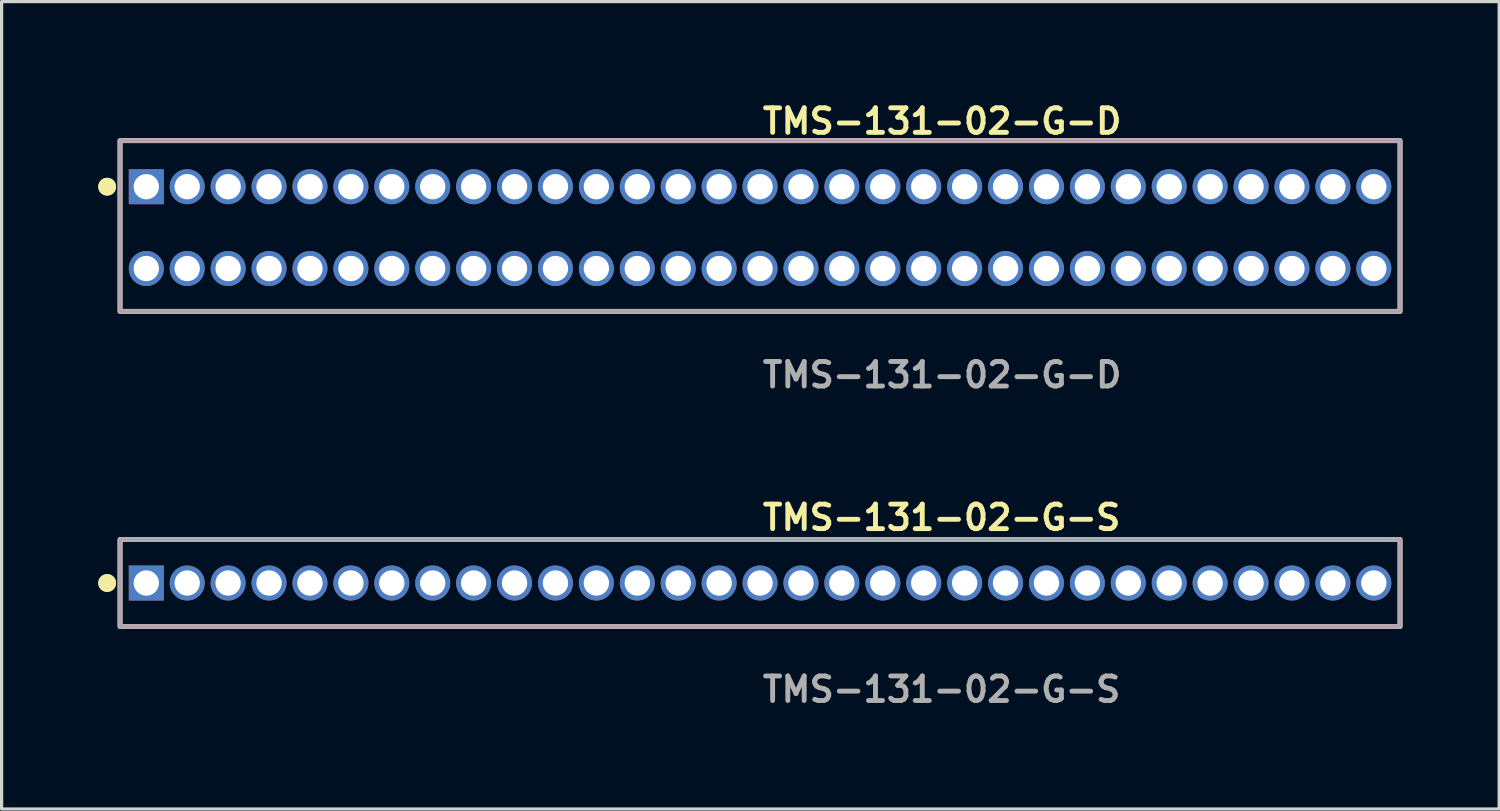
<source format=kicad_pcb>
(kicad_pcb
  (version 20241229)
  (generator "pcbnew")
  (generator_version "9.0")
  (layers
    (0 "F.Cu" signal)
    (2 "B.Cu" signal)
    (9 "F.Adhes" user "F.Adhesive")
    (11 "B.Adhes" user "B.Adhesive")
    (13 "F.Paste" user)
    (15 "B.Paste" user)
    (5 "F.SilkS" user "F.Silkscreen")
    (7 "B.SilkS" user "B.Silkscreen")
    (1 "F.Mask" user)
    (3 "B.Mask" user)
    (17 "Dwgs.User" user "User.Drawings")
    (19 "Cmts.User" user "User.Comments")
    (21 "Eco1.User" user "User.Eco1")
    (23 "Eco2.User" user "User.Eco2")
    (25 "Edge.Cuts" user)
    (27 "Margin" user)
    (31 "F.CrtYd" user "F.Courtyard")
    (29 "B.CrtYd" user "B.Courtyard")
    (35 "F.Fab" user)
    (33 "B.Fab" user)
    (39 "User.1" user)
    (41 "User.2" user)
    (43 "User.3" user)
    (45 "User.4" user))
  (footprint "TMS-131-02-G-S"
    (layer "F.Cu")
    (at 20.541 15.046)
    (property "Reference" "TMS-131-02-G-S" (at 0 -2.032 0) (unlocked yes) (layer "F.SilkS") (effects (font (size 0.762 0.762) (thickness 0.152)) (justify left)))
    (fp_rect (start -19.865 1.35) (end 19.865 -1.35) (stroke (width 0.152) (type solid)) (fill no) (layer "F.SilkS"))
    (fp_circle (center -20.265 0) (end -20.465 0) (stroke (width 0.152) (type solid)) (fill yes) (layer "F.SilkS"))
    (fp_circle (center -20.265 0) (end -20.465 0) (stroke (width 0.152) (type solid)) (fill yes) (layer "F.SilkS"))
    (fp_rect (start -19.865 1.35) (end 19.865 -1.35) (stroke (width 0.006) (type solid)) (fill no) (layer "F.CrtYd"))
    (fp_rect (start -19.865 1.35) (end 19.865 -1.35) (stroke (width 0.152) (type solid)) (fill no) (layer "F.Fab"))
    (fp_text user "${REFERENCE}" (at 0 3.302 0) (unlocked yes) (layer "F.Fab") (effects (font (size 0.762 0.762) (thickness 0.152)) (justify left)))
    (pad "1" thru_hole rect (at -19.05 0) (size 1.087 1.087) (drill 0.787) (layers "*.Cu" "*.Mask"))
    (pad "2" thru_hole circle (at -17.78 0) (size 1.087 1.087) (drill 0.787) (layers "*.Cu" "*.Mask"))
    (pad "3" thru_hole circle (at -16.51 0) (size 1.087 1.087) (drill 0.787) (layers "*.Cu" "*.Mask"))
    (pad "4" thru_hole circle (at -15.24 0) (size 1.087 1.087) (drill 0.787) (layers "*.Cu" "*.Mask"))
    (pad "5" thru_hole circle (at -13.97 0) (size 1.087 1.087) (drill 0.787) (layers "*.Cu" "*.Mask"))
    (pad "6" thru_hole circle (at -12.7 0) (size 1.087 1.087) (drill 0.787) (layers "*.Cu" "*.Mask"))
    (pad "7" thru_hole circle (at -11.43 0) (size 1.087 1.087) (drill 0.787) (layers "*.Cu" "*.Mask"))
    (pad "8" thru_hole circle (at -10.16 0) (size 1.087 1.087) (drill 0.787) (layers "*.Cu" "*.Mask"))
    (pad "9" thru_hole circle (at -8.89 0) (size 1.087 1.087) (drill 0.787) (layers "*.Cu" "*.Mask"))
    (pad "10" thru_hole circle (at -7.62 0) (size 1.087 1.087) (drill 0.787) (layers "*.Cu" "*.Mask"))
    (pad "11" thru_hole circle (at -6.35 0) (size 1.087 1.087) (drill 0.787) (layers "*.Cu" "*.Mask"))
    (pad "12" thru_hole circle (at -5.08 0) (size 1.087 1.087) (drill 0.787) (layers "*.Cu" "*.Mask"))
    (pad "13" thru_hole circle (at -3.81 0) (size 1.087 1.087) (drill 0.787) (layers "*.Cu" "*.Mask"))
    (pad "14" thru_hole circle (at -2.54 0) (size 1.087 1.087) (drill 0.787) (layers "*.Cu" "*.Mask"))
    (pad "15" thru_hole circle (at -1.27 0) (size 1.087 1.087) (drill 0.787) (layers "*.Cu" "*.Mask"))
    (pad "16" thru_hole circle (at 0 0) (size 1.087 1.087) (drill 0.787) (layers "*.Cu" "*.Mask"))
    (pad "17" thru_hole circle (at 1.27 0) (size 1.087 1.087) (drill 0.787) (layers "*.Cu" "*.Mask"))
    (pad "18" thru_hole circle (at 2.54 0) (size 1.087 1.087) (drill 0.787) (layers "*.Cu" "*.Mask"))
    (pad "19" thru_hole circle (at 3.81 0) (size 1.087 1.087) (drill 0.787) (layers "*.Cu" "*.Mask"))
    (pad "20" thru_hole circle (at 5.08 0) (size 1.087 1.087) (drill 0.787) (layers "*.Cu" "*.Mask"))
    (pad "21" thru_hole circle (at 6.35 0) (size 1.087 1.087) (drill 0.787) (layers "*.Cu" "*.Mask"))
    (pad "22" thru_hole circle (at 7.62 0) (size 1.087 1.087) (drill 0.787) (layers "*.Cu" "*.Mask"))
    (pad "23" thru_hole circle (at 8.89 0) (size 1.087 1.087) (drill 0.787) (layers "*.Cu" "*.Mask"))
    (pad "24" thru_hole circle (at 10.16 0) (size 1.087 1.087) (drill 0.787) (layers "*.Cu" "*.Mask"))
    (pad "25" thru_hole circle (at 11.43 0) (size 1.087 1.087) (drill 0.787) (layers "*.Cu" "*.Mask"))
    (pad "26" thru_hole circle (at 12.7 0) (size 1.087 1.087) (drill 0.787) (layers "*.Cu" "*.Mask"))
    (pad "27" thru_hole circle (at 13.97 0) (size 1.087 1.087) (drill 0.787) (layers "*.Cu" "*.Mask"))
    (pad "28" thru_hole circle (at 15.24 0) (size 1.087 1.087) (drill 0.787) (layers "*.Cu" "*.Mask"))
    (pad "29" thru_hole circle (at 16.51 0) (size 1.087 1.087) (drill 0.787) (layers "*.Cu" "*.Mask"))
    (pad "30" thru_hole circle (at 17.78 0) (size 1.087 1.087) (drill 0.787) (layers "*.Cu" "*.Mask"))
    (pad "31" thru_hole circle (at 19.05 0) (size 1.087 1.087) (drill 0.787) (layers "*.Cu" "*.Mask")))
  (footprint "TMS-131-02-G-D"
    (layer "F.Cu")
    (at 20.541 4.015)
    (property "Reference" "TMS-131-02-G-D" (at 0 -3.302 0) (unlocked yes) (layer "F.SilkS") (effects (font (size 0.762 0.762) (thickness 0.152)) (justify left)))
    (fp_rect (start -19.865 2.6) (end 19.865 -2.7) (stroke (width 0.152) (type solid)) (fill no) (layer "F.SilkS"))
    (fp_circle (center -20.265 -1.27) (end -20.465 -1.27) (stroke (width 0.152) (type solid)) (fill yes) (layer "F.SilkS"))
    (fp_circle (center -20.265 -1.27) (end -20.465 -1.27) (stroke (width 0.152) (type solid)) (fill yes) (layer "F.SilkS"))
    (fp_rect (start -19.865 2.6) (end 19.865 -2.7) (stroke (width 0.006) (type solid)) (fill no) (layer "F.CrtYd"))
    (fp_rect (start -19.865 2.6) (end 19.865 -2.7) (stroke (width 0.152) (type solid)) (fill no) (layer "F.Fab"))
    (fp_text user "${REFERENCE}" (at 0 4.572 0) (unlocked yes) (layer "F.Fab") (effects (font (size 0.762 0.762) (thickness 0.152)) (justify left)))
    (pad "1" thru_hole rect (at -19.05 -1.27) (size 1.087 1.087) (drill 0.787) (layers "*.Cu" "*.Mask"))
    (pad "2" thru_hole circle (at -19.05 1.27) (size 1.087 1.087) (drill 0.787) (layers "*.Cu" "*.Mask"))
    (pad "3" thru_hole circle (at -17.78 -1.27) (size 1.087 1.087) (drill 0.787) (layers "*.Cu" "*.Mask"))
    (pad "4" thru_hole circle (at -17.78 1.27) (size 1.087 1.087) (drill 0.787) (layers "*.Cu" "*.Mask"))
    (pad "5" thru_hole circle (at -16.51 -1.27) (size 1.087 1.087) (drill 0.787) (layers "*.Cu" "*.Mask"))
    (pad "6" thru_hole circle (at -16.51 1.27) (size 1.087 1.087) (drill 0.787) (layers "*.Cu" "*.Mask"))
    (pad "7" thru_hole circle (at -15.24 -1.27) (size 1.087 1.087) (drill 0.787) (layers "*.Cu" "*.Mask"))
    (pad "8" thru_hole circle (at -15.24 1.27) (size 1.087 1.087) (drill 0.787) (layers "*.Cu" "*.Mask"))
    (pad "9" thru_hole circle (at -13.97 -1.27) (size 1.087 1.087) (drill 0.787) (layers "*.Cu" "*.Mask"))
    (pad "10" thru_hole circle (at -13.97 1.27) (size 1.087 1.087) (drill 0.787) (layers "*.Cu" "*.Mask"))
    (pad "11" thru_hole circle (at -12.7 -1.27) (size 1.087 1.087) (drill 0.787) (layers "*.Cu" "*.Mask"))
    (pad "12" thru_hole circle (at -12.7 1.27) (size 1.087 1.087) (drill 0.787) (layers "*.Cu" "*.Mask"))
    (pad "13" thru_hole circle (at -11.43 -1.27) (size 1.087 1.087) (drill 0.787) (layers "*.Cu" "*.Mask"))
    (pad "14" thru_hole circle (at -11.43 1.27) (size 1.087 1.087) (drill 0.787) (layers "*.Cu" "*.Mask"))
    (pad "15" thru_hole circle (at -10.16 -1.27) (size 1.087 1.087) (drill 0.787) (layers "*.Cu" "*.Mask"))
    (pad "16" thru_hole circle (at -10.16 1.27) (size 1.087 1.087) (drill 0.787) (layers "*.Cu" "*.Mask"))
    (pad "17" thru_hole circle (at -8.89 -1.27) (size 1.087 1.087) (drill 0.787) (layers "*.Cu" "*.Mask"))
    (pad "18" thru_hole circle (at -8.89 1.27) (size 1.087 1.087) (drill 0.787) (layers "*.Cu" "*.Mask"))
    (pad "19" thru_hole circle (at -7.62 -1.27) (size 1.087 1.087) (drill 0.787) (layers "*.Cu" "*.Mask"))
    (pad "20" thru_hole circle (at -7.62 1.27) (size 1.087 1.087) (drill 0.787) (layers "*.Cu" "*.Mask"))
    (pad "21" thru_hole circle (at -6.35 -1.27) (size 1.087 1.087) (drill 0.787) (layers "*.Cu" "*.Mask"))
    (pad "22" thru_hole circle (at -6.35 1.27) (size 1.087 1.087) (drill 0.787) (layers "*.Cu" "*.Mask"))
    (pad "23" thru_hole circle (at -5.08 -1.27) (size 1.087 1.087) (drill 0.787) (layers "*.Cu" "*.Mask"))
    (pad "24" thru_hole circle (at -5.08 1.27) (size 1.087 1.087) (drill 0.787) (layers "*.Cu" "*.Mask"))
    (pad "25" thru_hole circle (at -3.81 -1.27) (size 1.087 1.087) (drill 0.787) (layers "*.Cu" "*.Mask"))
    (pad "26" thru_hole circle (at -3.81 1.27) (size 1.087 1.087) (drill 0.787) (layers "*.Cu" "*.Mask"))
    (pad "27" thru_hole circle (at -2.54 -1.27) (size 1.087 1.087) (drill 0.787) (layers "*.Cu" "*.Mask"))
    (pad "28" thru_hole circle (at -2.54 1.27) (size 1.087 1.087) (drill 0.787) (layers "*.Cu" "*.Mask"))
    (pad "29" thru_hole circle (at -1.27 -1.27) (size 1.087 1.087) (drill 0.787) (layers "*.Cu" "*.Mask"))
    (pad "30" thru_hole circle (at -1.27 1.27) (size 1.087 1.087) (drill 0.787) (layers "*.Cu" "*.Mask"))
    (pad "31" thru_hole circle (at 0 -1.27) (size 1.087 1.087) (drill 0.787) (layers "*.Cu" "*.Mask"))
    (pad "32" thru_hole circle (at 0 1.27) (size 1.087 1.087) (drill 0.787) (layers "*.Cu" "*.Mask"))
    (pad "33" thru_hole circle (at 1.27 -1.27) (size 1.087 1.087) (drill 0.787) (layers "*.Cu" "*.Mask"))
    (pad "34" thru_hole circle (at 1.27 1.27) (size 1.087 1.087) (drill 0.787) (layers "*.Cu" "*.Mask"))
    (pad "35" thru_hole circle (at 2.54 -1.27) (size 1.087 1.087) (drill 0.787) (layers "*.Cu" "*.Mask"))
    (pad "36" thru_hole circle (at 2.54 1.27) (size 1.087 1.087) (drill 0.787) (layers "*.Cu" "*.Mask"))
    (pad "37" thru_hole circle (at 3.81 -1.27) (size 1.087 1.087) (drill 0.787) (layers "*.Cu" "*.Mask"))
    (pad "38" thru_hole circle (at 3.81 1.27) (size 1.087 1.087) (drill 0.787) (layers "*.Cu" "*.Mask"))
    (pad "39" thru_hole circle (at 5.08 -1.27) (size 1.087 1.087) (drill 0.787) (layers "*.Cu" "*.Mask"))
    (pad "40" thru_hole circle (at 5.08 1.27) (size 1.087 1.087) (drill 0.787) (layers "*.Cu" "*.Mask"))
    (pad "41" thru_hole circle (at 6.35 -1.27) (size 1.087 1.087) (drill 0.787) (layers "*.Cu" "*.Mask"))
    (pad "42" thru_hole circle (at 6.35 1.27) (size 1.087 1.087) (drill 0.787) (layers "*.Cu" "*.Mask"))
    (pad "43" thru_hole circle (at 7.62 -1.27) (size 1.087 1.087) (drill 0.787) (layers "*.Cu" "*.Mask"))
    (pad "44" thru_hole circle (at 7.62 1.27) (size 1.087 1.087) (drill 0.787) (layers "*.Cu" "*.Mask"))
    (pad "45" thru_hole circle (at 8.89 -1.27) (size 1.087 1.087) (drill 0.787) (layers "*.Cu" "*.Mask"))
    (pad "46" thru_hole circle (at 8.89 1.27) (size 1.087 1.087) (drill 0.787) (layers "*.Cu" "*.Mask"))
    (pad "47" thru_hole circle (at 10.16 -1.27) (size 1.087 1.087) (drill 0.787) (layers "*.Cu" "*.Mask"))
    (pad "48" thru_hole circle (at 10.16 1.27) (size 1.087 1.087) (drill 0.787) (layers "*.Cu" "*.Mask"))
    (pad "49" thru_hole circle (at 11.43 -1.27) (size 1.087 1.087) (drill 0.787) (layers "*.Cu" "*.Mask"))
    (pad "50" thru_hole circle (at 11.43 1.27) (size 1.087 1.087) (drill 0.787) (layers "*.Cu" "*.Mask"))
    (pad "51" thru_hole circle (at 12.7 -1.27) (size 1.087 1.087) (drill 0.787) (layers "*.Cu" "*.Mask"))
    (pad "52" thru_hole circle (at 12.7 1.27) (size 1.087 1.087) (drill 0.787) (layers "*.Cu" "*.Mask"))
    (pad "53" thru_hole circle (at 13.97 -1.27) (size 1.087 1.087) (drill 0.787) (layers "*.Cu" "*.Mask"))
    (pad "54" thru_hole circle (at 13.97 1.27) (size 1.087 1.087) (drill 0.787) (layers "*.Cu" "*.Mask"))
    (pad "55" thru_hole circle (at 15.24 -1.27) (size 1.087 1.087) (drill 0.787) (layers "*.Cu" "*.Mask"))
    (pad "56" thru_hole circle (at 15.24 1.27) (size 1.087 1.087) (drill 0.787) (layers "*.Cu" "*.Mask"))
    (pad "57" thru_hole circle (at 16.51 -1.27) (size 1.087 1.087) (drill 0.787) (layers "*.Cu" "*.Mask"))
    (pad "58" thru_hole circle (at 16.51 1.27) (size 1.087 1.087) (drill 0.787) (layers "*.Cu" "*.Mask"))
    (pad "59" thru_hole circle (at 17.78 -1.27) (size 1.087 1.087) (drill 0.787) (layers "*.Cu" "*.Mask"))
    (pad "60" thru_hole circle (at 17.78 1.27) (size 1.087 1.087) (drill 0.787) (layers "*.Cu" "*.Mask"))
    (pad "61" thru_hole circle (at 19.05 -1.27) (size 1.087 1.087) (drill 0.787) (layers "*.Cu" "*.Mask"))
    (pad "62" thru_hole circle (at 19.05 1.27) (size 1.087 1.087) (drill 0.787) (layers "*.Cu" "*.Mask")))
  (gr_rect
    (start -3 -3)
    (end 43.482 22.061)
    (stroke (width 0.1) (type default))
    (fill no)
    (layer "Edge.Cuts")))
</source>
